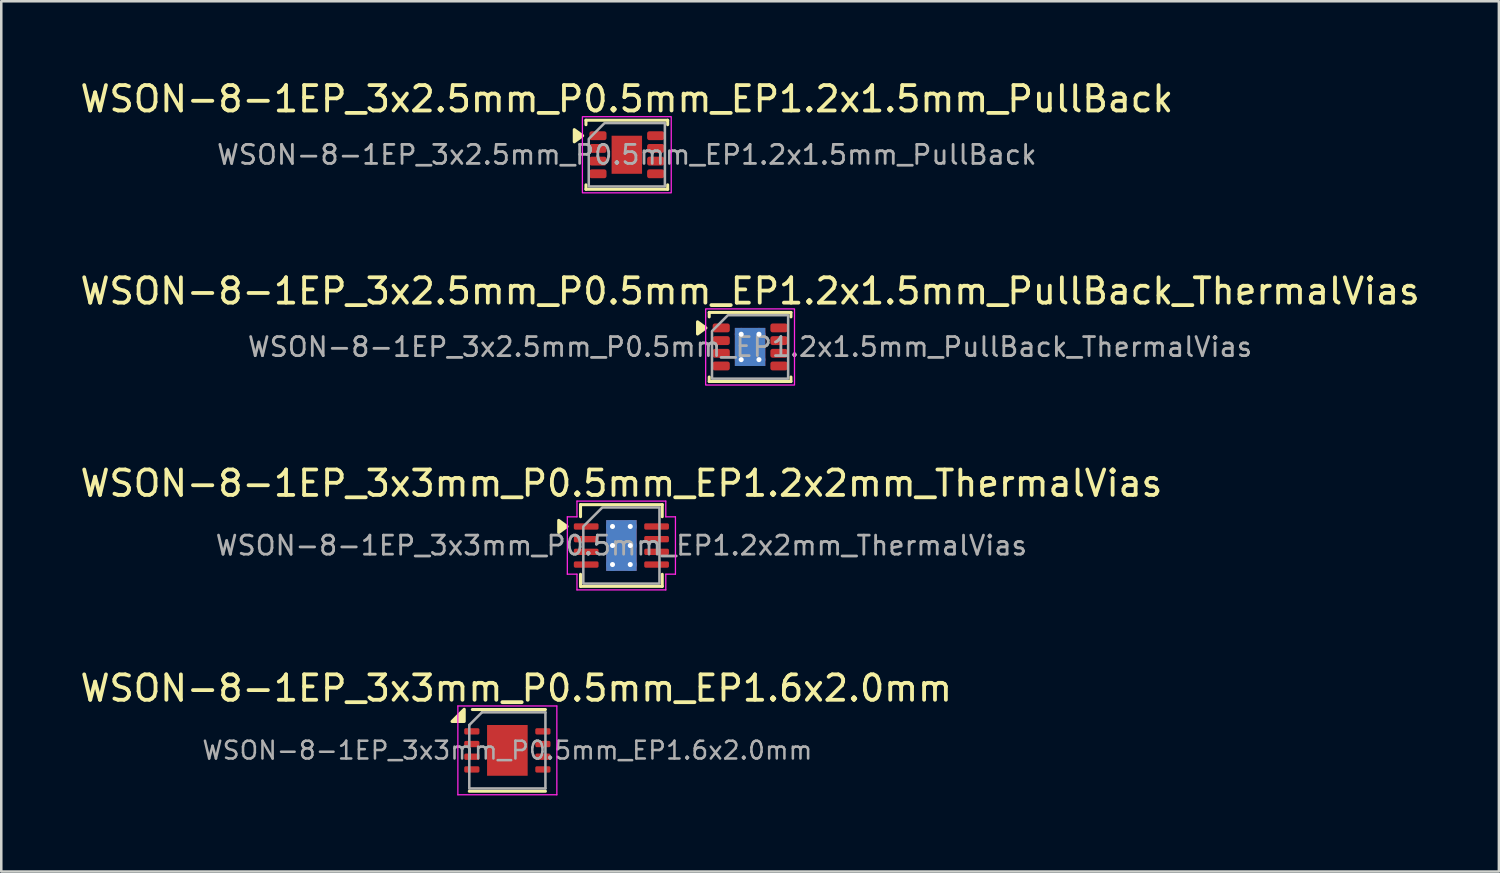
<source format=kicad_pcb>
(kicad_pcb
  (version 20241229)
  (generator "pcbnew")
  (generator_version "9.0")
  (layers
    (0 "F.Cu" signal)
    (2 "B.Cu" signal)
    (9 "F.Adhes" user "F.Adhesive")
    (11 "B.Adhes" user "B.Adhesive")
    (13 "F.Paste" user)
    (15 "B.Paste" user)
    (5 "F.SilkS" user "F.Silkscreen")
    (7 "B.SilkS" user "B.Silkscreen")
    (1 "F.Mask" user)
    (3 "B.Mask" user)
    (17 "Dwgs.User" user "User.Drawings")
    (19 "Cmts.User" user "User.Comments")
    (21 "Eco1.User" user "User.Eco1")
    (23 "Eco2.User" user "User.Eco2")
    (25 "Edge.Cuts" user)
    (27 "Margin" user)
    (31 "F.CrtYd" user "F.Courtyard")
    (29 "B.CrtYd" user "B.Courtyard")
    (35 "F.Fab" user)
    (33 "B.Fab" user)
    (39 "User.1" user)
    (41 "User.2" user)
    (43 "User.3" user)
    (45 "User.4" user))
  (footprint "WSON-8-1EP_3x3mm_P0.5mm_EP1.2x2mm_ThermalVias"
    (layer "F.Cu")
    (at 21.435 18.445)
    (property "Reference" "WSON-8-1EP_3x3mm_P0.5mm_EP1.2x2mm_ThermalVias" (at 0 -2.45 0) (layer "F.SilkS") (effects (font (size 1 1) (thickness 0.15))))
    (attr smd)
    (fp_line (start -1.61 -1.61) (end 1.61 -1.61) (stroke (width 0.12) (type solid)) (layer "F.SilkS"))
    (fp_line (start -1.61 -1.135) (end -1.61 -1.61) (stroke (width 0.12) (type solid)) (layer "F.SilkS"))
    (fp_line (start -1.61 1.61) (end -1.61 1.135) (stroke (width 0.12) (type solid)) (layer "F.SilkS"))
    (fp_line (start 1.61 -1.61) (end 1.61 -1.135) (stroke (width 0.12) (type solid)) (layer "F.SilkS"))
    (fp_line (start 1.61 1.135) (end 1.61 1.61) (stroke (width 0.12) (type solid)) (layer "F.SilkS"))
    (fp_line (start 1.61 1.61) (end -1.61 1.61) (stroke (width 0.12) (type solid)) (layer "F.SilkS"))
    (fp_poly (pts (xy -2.14 -0.75) (xy -2.47 -0.51) (xy -2.47 -0.99)) (stroke (width 0.12) (type solid)) (fill yes) (layer "F.SilkS"))
    (fp_line (start -2.13 -1.13) (end -1.75 -1.13) (stroke (width 0.05) (type solid)) (layer "F.CrtYd"))
    (fp_line (start -2.13 1.13) (end -2.13 -1.13) (stroke (width 0.05) (type solid)) (layer "F.CrtYd"))
    (fp_line (start -1.75 -1.75) (end 1.75 -1.75) (stroke (width 0.05) (type solid)) (layer "F.CrtYd"))
    (fp_line (start -1.75 -1.13) (end -1.75 -1.75) (stroke (width 0.05) (type solid)) (layer "F.CrtYd"))
    (fp_line (start -1.75 1.13) (end -2.13 1.13) (stroke (width 0.05) (type solid)) (layer "F.CrtYd"))
    (fp_line (start -1.75 1.75) (end -1.75 1.13) (stroke (width 0.05) (type solid)) (layer "F.CrtYd"))
    (fp_line (start 1.75 -1.75) (end 1.75 -1.13) (stroke (width 0.05) (type solid)) (layer "F.CrtYd"))
    (fp_line (start 1.75 -1.13) (end 2.13 -1.13) (stroke (width 0.05) (type solid)) (layer "F.CrtYd"))
    (fp_line (start 1.75 1.13) (end 1.75 1.75) (stroke (width 0.05) (type solid)) (layer "F.CrtYd"))
    (fp_line (start 1.75 1.75) (end -1.75 1.75) (stroke (width 0.05) (type solid)) (layer "F.CrtYd"))
    (fp_line (start 2.13 -1.13) (end 2.13 1.13) (stroke (width 0.05) (type solid)) (layer "F.CrtYd"))
    (fp_line (start 2.13 1.13) (end 1.75 1.13) (stroke (width 0.05) (type solid)) (layer "F.CrtYd"))
    (fp_poly (pts (xy -1.5 -0.75) (xy -1.5 1.5) (xy 1.5 1.5) (xy 1.5 -1.5) (xy -0.75 -1.5)) (stroke (width 0.1) (type solid)) (fill no) (layer "F.Fab"))
    (fp_text user "${REFERENCE}" (at 0 0 0) (layer "F.Fab") (effects (font (size 0.75 0.75) (thickness 0.11))))
    (pad "" smd roundrect (at 0 -0.5) (size 1.04 0.87) (layers "F.Paste") (roundrect_rratio 0.25))
    (pad "" smd roundrect (at 0 0.5) (size 1.04 0.87) (layers "F.Paste") (roundrect_rratio 0.25))
    (pad "1" smd roundrect (at -1.387 -0.75) (size 0.975 0.25) (layers "F.Cu" "F.Mask" "F.Paste") (roundrect_rratio 0.25))
    (pad "2" smd roundrect (at -1.387 -0.25) (size 0.975 0.25) (layers "F.Cu" "F.Mask" "F.Paste") (roundrect_rratio 0.25))
    (pad "3" smd roundrect (at -1.387 0.25) (size 0.975 0.25) (layers "F.Cu" "F.Mask" "F.Paste") (roundrect_rratio 0.25))
    (pad "4" smd roundrect (at -1.387 0.75) (size 0.975 0.25) (layers "F.Cu" "F.Mask" "F.Paste") (roundrect_rratio 0.25))
    (pad "5" smd roundrect (at 1.387 0.75) (size 0.975 0.25) (layers "F.Cu" "F.Mask" "F.Paste") (roundrect_rratio 0.25))
    (pad "6" smd roundrect (at 1.387 0.25) (size 0.975 0.25) (layers "F.Cu" "F.Mask" "F.Paste") (roundrect_rratio 0.25))
    (pad "7" smd roundrect (at 1.387 -0.25) (size 0.975 0.25) (layers "F.Cu" "F.Mask" "F.Paste") (roundrect_rratio 0.25))
    (pad "8" smd roundrect (at 1.387 -0.75) (size 0.975 0.25) (layers "F.Cu" "F.Mask" "F.Paste") (roundrect_rratio 0.25))
    (pad "9" thru_hole circle (at -0.35 -0.75) (size 0.5 0.5) (drill 0.2) (property pad_prop_heatsink) (layers "*.Cu"))
    (pad "9" thru_hole circle (at -0.35 0) (size 0.5 0.5) (drill 0.2) (property pad_prop_heatsink) (layers "*.Cu"))
    (pad "9" thru_hole circle (at -0.35 0.75) (size 0.5 0.5) (drill 0.2) (property pad_prop_heatsink) (layers "*.Cu"))
    (pad "9" smd rect (at 0 0) (size 1.2 2) (property pad_prop_heatsink) (layers "F.Cu" "F.Mask"))
    (pad "9" smd rect (at 0 0) (size 1.2 2) (property pad_prop_heatsink) (layers "B.Cu"))
    (pad "9" thru_hole circle (at 0.35 -0.75) (size 0.5 0.5) (drill 0.2) (property pad_prop_heatsink) (layers "*.Cu"))
    (pad "9" thru_hole circle (at 0.35 0) (size 0.5 0.5) (drill 0.2) (property pad_prop_heatsink) (layers "*.Cu"))
    (pad "9" thru_hole circle (at 0.35 0.75) (size 0.5 0.5) (drill 0.2) (property pad_prop_heatsink) (layers "*.Cu")))
  (footprint "WSON-8-1EP_3x2.5mm_P0.5mm_EP1.2x1.5mm_PullBack_ThermalVias"
    (layer "F.Cu")
    (at 26.506 10.621)
    (property "Reference" "WSON-8-1EP_3x2.5mm_P0.5mm_EP1.2x1.5mm_PullBack_ThermalVias" (at 0 -2.2 0) (layer "F.SilkS") (effects (font (size 1 1) (thickness 0.15))))
    (attr smd)
    (fp_line (start -1.61 -1.36) (end 1.61 -1.36) (stroke (width 0.12) (type solid)) (layer "F.SilkS"))
    (fp_line (start -1.61 -1.185) (end -1.61 -1.36) (stroke (width 0.12) (type solid)) (layer "F.SilkS"))
    (fp_line (start -1.61 1.36) (end -1.61 1.185) (stroke (width 0.12) (type solid)) (layer "F.SilkS"))
    (fp_line (start 1.61 -1.36) (end 1.61 -1.185) (stroke (width 0.12) (type solid)) (layer "F.SilkS"))
    (fp_line (start 1.61 1.185) (end 1.61 1.36) (stroke (width 0.12) (type solid)) (layer "F.SilkS"))
    (fp_line (start 1.61 1.36) (end -1.61 1.36) (stroke (width 0.12) (type solid)) (layer "F.SilkS"))
    (fp_poly (pts (xy -1.74 -0.75) (xy -2.07 -0.51) (xy -2.07 -0.99)) (stroke (width 0.12) (type solid)) (fill yes) (layer "F.SilkS"))
    (fp_rect (start -1.75 -1.5) (end 1.75 1.5) (stroke (width 0.05) (type solid)) (fill no) (layer "F.CrtYd"))
    (fp_poly (pts (xy -1.5 -0.625) (xy -1.5 1.25) (xy 1.5 1.25) (xy 1.5 -1.25) (xy -0.875 -1.25)) (stroke (width 0.1) (type solid)) (fill no) (layer "F.Fab"))
    (fp_text user "${REFERENCE}" (at 0 0 0) (layer "F.Fab") (effects (font (size 0.75 0.75) (thickness 0.11))))
    (pad "" smd roundrect (at -0.3 -0.375) (size 0.52 0.65) (layers "F.Paste") (roundrect_rratio 0.25))
    (pad "" smd roundrect (at -0.3 0.375) (size 0.52 0.65) (layers "F.Paste") (roundrect_rratio 0.25))
    (pad "" smd roundrect (at 0.3 -0.375) (size 0.52 0.65) (layers "F.Paste") (roundrect_rratio 0.25))
    (pad "" smd roundrect (at 0.3 0.375) (size 0.52 0.65) (layers "F.Paste") (roundrect_rratio 0.25))
    (pad "1" smd roundrect (at -1.137 -0.75) (size 0.675 0.35) (layers "F.Cu" "F.Mask" "F.Paste") (roundrect_rratio 0.25))
    (pad "2" smd roundrect (at -1.137 -0.25) (size 0.675 0.35) (layers "F.Cu" "F.Mask" "F.Paste") (roundrect_rratio 0.25))
    (pad "3" smd roundrect (at -1.137 0.25) (size 0.675 0.35) (layers "F.Cu" "F.Mask" "F.Paste") (roundrect_rratio 0.25))
    (pad "4" smd roundrect (at -1.137 0.75) (size 0.675 0.35) (layers "F.Cu" "F.Mask" "F.Paste") (roundrect_rratio 0.25))
    (pad "5" smd roundrect (at 1.137 0.75) (size 0.675 0.35) (layers "F.Cu" "F.Mask" "F.Paste") (roundrect_rratio 0.25))
    (pad "6" smd roundrect (at 1.137 0.25) (size 0.675 0.35) (layers "F.Cu" "F.Mask" "F.Paste") (roundrect_rratio 0.25))
    (pad "7" smd roundrect (at 1.137 -0.25) (size 0.675 0.35) (layers "F.Cu" "F.Mask" "F.Paste") (roundrect_rratio 0.25))
    (pad "8" smd roundrect (at 1.137 -0.75) (size 0.675 0.35) (layers "F.Cu" "F.Mask" "F.Paste") (roundrect_rratio 0.25))
    (pad "9" thru_hole circle (at -0.35 -0.5) (size 0.5 0.5) (drill 0.2) (property pad_prop_heatsink) (layers "*.Cu"))
    (pad "9" thru_hole circle (at -0.35 0.5) (size 0.5 0.5) (drill 0.2) (property pad_prop_heatsink) (layers "*.Cu"))
    (pad "9" smd rect (at 0 0) (size 1.2 1.5) (property pad_prop_heatsink) (layers "F.Cu" "F.Mask"))
    (pad "9" smd rect (at 0 0) (size 1.2 1.5) (property pad_prop_heatsink) (layers "B.Cu"))
    (pad "9" thru_hole circle (at 0.35 -0.5) (size 0.5 0.5) (drill 0.2) (property pad_prop_heatsink) (layers "*.Cu"))
    (pad "9" thru_hole circle (at 0.35 0.5) (size 0.5 0.5) (drill 0.2) (property pad_prop_heatsink) (layers "*.Cu")))
  (footprint "WSON-8-1EP_3x3mm_P0.5mm_EP1.6x2.0mm"
    (layer "F.Cu")
    (at 16.942 26.518)
    (property "Reference" "WSON-8-1EP_3x3mm_P0.5mm_EP1.6x2.0mm" (at 0.35 -2.45 0) (layer "F.SilkS") (effects (font (size 1 1) (thickness 0.15))))
    (attr smd)
    (fp_line (start -1.5 1.61) (end 1.5 1.61) (stroke (width 0.12) (type solid)) (layer "F.SilkS"))
    (fp_line (start -1.38 -1.61) (end 1.5 -1.61) (stroke (width 0.12) (type solid)) (layer "F.SilkS"))
    (fp_poly (pts (xy -1.7 -1.14) (xy -2.18 -1.14) (xy -1.7 -1.62) (xy -1.7 -1.14)) (stroke (width 0.12) (type solid)) (fill yes) (layer "F.SilkS"))
    (fp_line (start -1.95 -1.75) (end -1.95 1.75) (stroke (width 0.05) (type solid)) (layer "F.CrtYd"))
    (fp_line (start -1.95 -1.75) (end 1.95 -1.75) (stroke (width 0.05) (type solid)) (layer "F.CrtYd"))
    (fp_line (start -1.95 1.75) (end 1.95 1.75) (stroke (width 0.05) (type solid)) (layer "F.CrtYd"))
    (fp_line (start 1.95 -1.75) (end 1.95 1.75) (stroke (width 0.05) (type solid)) (layer "F.CrtYd"))
    (fp_line (start -1.5 1.5) (end -1.5 -1) (stroke (width 0.1) (type solid)) (layer "F.Fab"))
    (fp_line (start -1 -1.5) (end -1.5 -1) (stroke (width 0.1) (type solid)) (layer "F.Fab"))
    (fp_line (start -1 -1.5) (end 1.5 -1.5) (stroke (width 0.1) (type solid)) (layer "F.Fab"))
    (fp_line (start 1.5 -1.5) (end 1.5 1.5) (stroke (width 0.1) (type solid)) (layer "F.Fab"))
    (fp_line (start 1.5 1.5) (end -1.5 1.5) (stroke (width 0.1) (type solid)) (layer "F.Fab"))
    (fp_text user "${REFERENCE}" (at 0 0 0) (layer "F.Fab") (effects (font (size 0.7 0.7) (thickness 0.1))))
    (pad "" smd rect (at -0.45 -0.55) (size 0.6 0.8) (layers "F.Paste"))
    (pad "" smd rect (at -0.45 0.55) (size 0.6 0.8) (layers "F.Paste"))
    (pad "" smd rect (at 0.45 -0.55) (size 0.6 0.8) (layers "F.Paste"))
    (pad "" smd rect (at 0.45 0.55) (size 0.6 0.8) (layers "F.Paste"))
    (pad "1" smd roundrect (at -1.4 -0.75) (size 0.6 0.25) (layers "F.Cu" "F.Mask" "F.Paste") (roundrect_rratio 0.25))
    (pad "2" smd roundrect (at -1.4 -0.25) (size 0.6 0.25) (layers "F.Cu" "F.Mask" "F.Paste") (roundrect_rratio 0.25))
    (pad "3" smd roundrect (at -1.4 0.25) (size 0.6 0.25) (layers "F.Cu" "F.Mask" "F.Paste") (roundrect_rratio 0.25))
    (pad "4" smd roundrect (at -1.4 0.75) (size 0.6 0.25) (layers "F.Cu" "F.Mask" "F.Paste") (roundrect_rratio 0.25))
    (pad "5" smd roundrect (at 1.4 0.75) (size 0.6 0.25) (layers "F.Cu" "F.Mask" "F.Paste") (roundrect_rratio 0.25))
    (pad "6" smd roundrect (at 1.4 0.25) (size 0.6 0.25) (layers "F.Cu" "F.Mask" "F.Paste") (roundrect_rratio 0.25))
    (pad "7" smd roundrect (at 1.4 -0.25) (size 0.6 0.25) (layers "F.Cu" "F.Mask" "F.Paste") (roundrect_rratio 0.25))
    (pad "8" smd roundrect (at 1.4 -0.75) (size 0.6 0.25) (layers "F.Cu" "F.Mask" "F.Paste") (roundrect_rratio 0.25))
    (pad "9" smd rect (at 0 0) (size 1.6 2) (layers "F.Cu" "F.Mask")))
  (footprint "WSON-8-1EP_3x2.5mm_P0.5mm_EP1.2x1.5mm_PullBack"
    (layer "F.Cu")
    (at 21.649 3.048)
    (property "Reference" "WSON-8-1EP_3x2.5mm_P0.5mm_EP1.2x1.5mm_PullBack" (at 0 -2.2 0) (layer "F.SilkS") (effects (font (size 1 1) (thickness 0.15))))
    (attr smd)
    (fp_line (start -1.61 -1.36) (end 1.61 -1.36) (stroke (width 0.12) (type solid)) (layer "F.SilkS"))
    (fp_line (start -1.61 -1.185) (end -1.61 -1.36) (stroke (width 0.12) (type solid)) (layer "F.SilkS"))
    (fp_line (start -1.61 1.36) (end -1.61 1.185) (stroke (width 0.12) (type solid)) (layer "F.SilkS"))
    (fp_line (start 1.61 -1.36) (end 1.61 -1.185) (stroke (width 0.12) (type solid)) (layer "F.SilkS"))
    (fp_line (start 1.61 1.185) (end 1.61 1.36) (stroke (width 0.12) (type solid)) (layer "F.SilkS"))
    (fp_line (start 1.61 1.36) (end -1.61 1.36) (stroke (width 0.12) (type solid)) (layer "F.SilkS"))
    (fp_poly (pts (xy -1.74 -0.75) (xy -2.07 -0.51) (xy -2.07 -0.99)) (stroke (width 0.12) (type solid)) (fill yes) (layer "F.SilkS"))
    (fp_rect (start -1.75 -1.5) (end 1.75 1.5) (stroke (width 0.05) (type solid)) (fill no) (layer "F.CrtYd"))
    (fp_poly (pts (xy -1.5 -0.625) (xy -1.5 1.25) (xy 1.5 1.25) (xy 1.5 -1.25) (xy -0.875 -1.25)) (stroke (width 0.1) (type solid)) (fill no) (layer "F.Fab"))
    (fp_text user "${REFERENCE}" (at 0 0 0) (layer "F.Fab") (effects (font (size 0.75 0.75) (thickness 0.11))))
    (pad "" smd roundrect (at -0.3 -0.375) (size 0.48 0.6) (layers "F.Paste") (roundrect_rratio 0.25))
    (pad "" smd roundrect (at -0.3 0.375) (size 0.48 0.6) (layers "F.Paste") (roundrect_rratio 0.25))
    (pad "" smd roundrect (at 0.3 -0.375) (size 0.48 0.6) (layers "F.Paste") (roundrect_rratio 0.25))
    (pad "" smd roundrect (at 0.3 0.375) (size 0.48 0.6) (layers "F.Paste") (roundrect_rratio 0.25))
    (pad "1" smd roundrect (at -1.137 -0.75) (size 0.675 0.35) (layers "F.Cu" "F.Mask" "F.Paste") (roundrect_rratio 0.25))
    (pad "2" smd roundrect (at -1.137 -0.25) (size 0.675 0.35) (layers "F.Cu" "F.Mask" "F.Paste") (roundrect_rratio 0.25))
    (pad "3" smd roundrect (at -1.137 0.25) (size 0.675 0.35) (layers "F.Cu" "F.Mask" "F.Paste") (roundrect_rratio 0.25))
    (pad "4" smd roundrect (at -1.137 0.75) (size 0.675 0.35) (layers "F.Cu" "F.Mask" "F.Paste") (roundrect_rratio 0.25))
    (pad "5" smd roundrect (at 1.137 0.75) (size 0.675 0.35) (layers "F.Cu" "F.Mask" "F.Paste") (roundrect_rratio 0.25))
    (pad "6" smd roundrect (at 1.137 0.25) (size 0.675 0.35) (layers "F.Cu" "F.Mask" "F.Paste") (roundrect_rratio 0.25))
    (pad "7" smd roundrect (at 1.137 -0.25) (size 0.675 0.35) (layers "F.Cu" "F.Mask" "F.Paste") (roundrect_rratio 0.25))
    (pad "8" smd roundrect (at 1.137 -0.75) (size 0.675 0.35) (layers "F.Cu" "F.Mask" "F.Paste") (roundrect_rratio 0.25))
    (pad "9" smd rect (at 0 0) (size 1.2 1.5) (property pad_prop_heatsink) (layers "F.Cu" "F.Mask")))
  (gr_rect
    (start -3 -3)
    (end 56.012 31.293)
    (stroke (width 0.1) (type default))
    (fill no)
    (layer "Edge.Cuts")))
</source>
